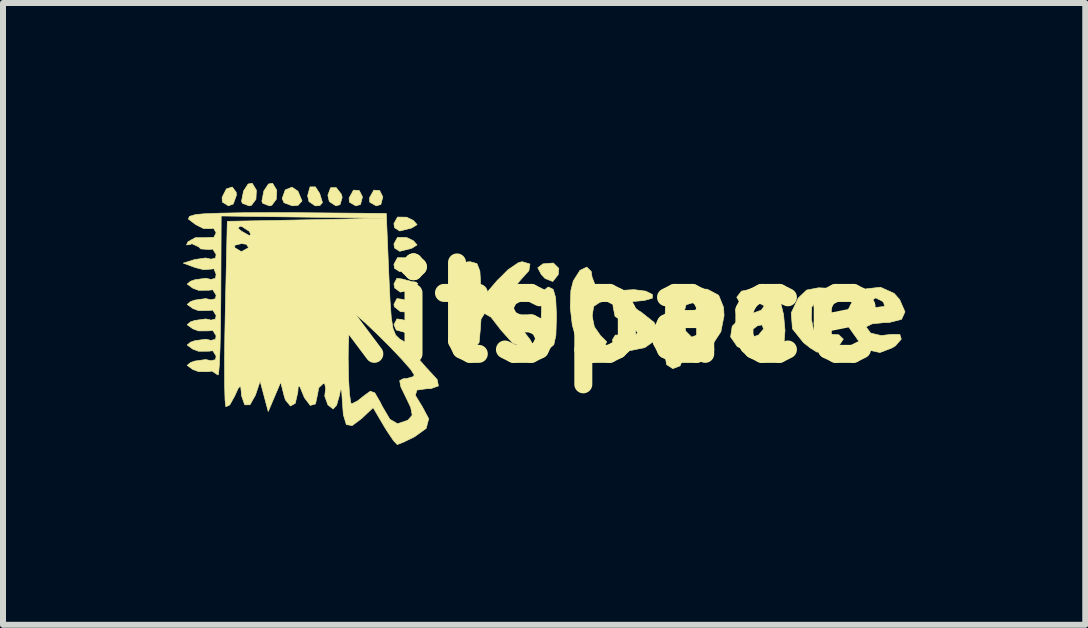
<source format=kicad_pcb>
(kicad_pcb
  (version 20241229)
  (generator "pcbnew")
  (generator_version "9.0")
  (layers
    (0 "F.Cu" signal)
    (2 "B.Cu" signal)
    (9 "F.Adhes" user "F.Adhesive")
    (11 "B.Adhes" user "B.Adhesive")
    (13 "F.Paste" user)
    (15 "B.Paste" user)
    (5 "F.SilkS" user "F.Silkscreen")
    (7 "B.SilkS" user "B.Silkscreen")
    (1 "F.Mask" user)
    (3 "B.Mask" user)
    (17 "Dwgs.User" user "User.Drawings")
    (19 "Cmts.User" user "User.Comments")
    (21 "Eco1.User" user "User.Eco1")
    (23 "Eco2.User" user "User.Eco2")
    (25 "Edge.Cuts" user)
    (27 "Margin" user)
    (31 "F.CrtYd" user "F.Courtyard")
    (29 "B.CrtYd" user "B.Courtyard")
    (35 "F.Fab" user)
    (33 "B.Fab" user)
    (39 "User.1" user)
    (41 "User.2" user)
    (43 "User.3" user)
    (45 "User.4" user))
  (footprint "Kitspace"
    (layer "F.Cu")
    (at 6.818 2.159)
    (property "Reference" "Kitspace" (at 0 0 0) (layer "F.SilkS") (effects (font (size 1.524 1.524) (thickness 0.3))))
    (attr through_hole)
    (fp_poly (pts (xy -3.879 -2.033) (xy -3.826 -1.926) (xy -3.859 -1.8) (xy -3.937 -1.778) (xy -4.044 -1.839) (xy -4.049 -1.909) (xy -3.976 -2.04) (xy -3.879 -2.033)) (stroke (width 0.01) (type solid)) (fill yes) (layer "F.SilkS"))
    (fp_poly (pts (xy -3.54 -2.033) (xy -3.487 -1.926) (xy -3.52 -1.8) (xy -3.598 -1.778) (xy -3.705 -1.839) (xy -3.71 -1.909) (xy -3.637 -2.04) (xy -3.54 -2.033)) (stroke (width 0.01) (type solid)) (fill yes) (layer "F.SilkS"))
    (fp_poly (pts (xy -5.931 -2.005) (xy -5.927 -1.954) (xy -5.98 -1.809) (xy -6.06 -1.778) (xy -6.162 -1.841) (xy -6.166 -1.919) (xy -6.095 -2.06) (xy -5.997 -2.092) (xy -5.931 -2.005)) (stroke (width 0.01) (type solid)) (fill yes) (layer "F.SilkS"))
    (fp_poly (pts (xy -4.902 -2.022) (xy -4.833 -1.86) (xy -4.899 -1.787) (xy -4.995 -1.778) (xy -5.133 -1.829) (xy -5.165 -1.9) (xy -5.113 -2.044) (xy -5 -2.089) (xy -4.902 -2.022)) (stroke (width 0.01) (type solid)) (fill yes) (layer "F.SilkS"))
    (fp_poly (pts (xy -4.539 -1.983) (xy -4.493 -1.832) (xy -4.537 -1.782) (xy -4.614 -1.778) (xy -4.718 -1.849) (xy -4.741 -1.947) (xy -4.7 -2.094) (xy -4.611 -2.094) (xy -4.539 -1.983)) (stroke (width 0.01) (type solid)) (fill yes) (layer "F.SilkS"))
    (fp_poly (pts (xy -4.179 -1.973) (xy -4.164 -1.919) (xy -4.2 -1.798) (xy -4.269 -1.778) (xy -4.379 -1.849) (xy -4.403 -1.954) (xy -4.358 -2.079) (xy -4.264 -2.082) (xy -4.179 -1.973)) (stroke (width 0.01) (type solid)) (fill yes) (layer "F.SilkS"))
    (fp_poly (pts (xy -3.091 -1.589) (xy -2.977 -1.534) (xy -2.916 -1.465) (xy -3.005 -1.409) (xy -3.205 -1.358) (xy -3.292 -1.414) (xy -3.302 -1.482) (xy -3.242 -1.591) (xy -3.091 -1.589)) (stroke (width 0.01) (type solid)) (fill yes) (layer "F.SilkS"))
    (fp_poly (pts (xy -3.091 -1.251) (xy -2.977 -1.196) (xy -2.916 -1.127) (xy -3.005 -1.07) (xy -3.205 -1.02) (xy -3.292 -1.075) (xy -3.302 -1.143) (xy -3.242 -1.252) (xy -3.091 -1.251)) (stroke (width 0.01) (type solid)) (fill yes) (layer "F.SilkS"))
    (fp_poly (pts (xy -3.091 -0.912) (xy -2.977 -0.857) (xy -2.916 -0.788) (xy -3.005 -0.731) (xy -3.205 -0.681) (xy -3.292 -0.736) (xy -3.302 -0.804) (xy -3.242 -0.914) (xy -3.091 -0.912)) (stroke (width 0.01) (type solid)) (fill yes) (layer "F.SilkS"))
    (fp_poly (pts (xy -0.553 -0.735) (xy -0.563 -0.632) (xy -0.654 -0.517) (xy -0.781 -0.566) (xy -0.846 -0.634) (xy -0.904 -0.745) (xy -0.818 -0.811) (xy -0.644 -0.825) (xy -0.553 -0.735)) (stroke (width 0.01) (type solid)) (fill yes) (layer "F.SilkS"))
    (fp_poly (pts (xy -5.594 -2.038) (xy -5.602 -1.887) (xy -5.677 -1.786) (xy -5.715 -1.778) (xy -5.828 -1.82) (xy -5.842 -1.856) (xy -5.808 -2.026) (xy -5.732 -2.142) (xy -5.664 -2.154) (xy -5.594 -2.038)) (stroke (width 0.01) (type solid)) (fill yes) (layer "F.SilkS"))
    (fp_poly (pts (xy -5.255 -2.038) (xy -5.263 -1.887) (xy -5.339 -1.786) (xy -5.376 -1.778) (xy -5.489 -1.82) (xy -5.503 -1.856) (xy -5.47 -2.026) (xy -5.393 -2.142) (xy -5.325 -2.154) (xy -5.255 -2.038)) (stroke (width 0.01) (type solid)) (fill yes) (layer "F.SilkS"))
    (fp_poly (pts (xy -3.168 -0.559) (xy -2.992 -0.513) (xy -2.935 -0.507) (xy -2.902 -0.478) (xy -2.972 -0.419) (xy -3.093 -0.361) (xy -3.196 -0.34) (xy -3.288 -0.408) (xy -3.302 -0.475) (xy -3.252 -0.57) (xy -3.168 -0.559)) (stroke (width 0.01) (type solid)) (fill yes) (layer "F.SilkS"))
    (fp_poly (pts (xy -3.168 -0.221) (xy -3.003 -0.175) (xy -2.951 -0.169) (xy -2.907 -0.117) (xy -2.921 -0.085) (xy -3.04 -0.007) (xy -3.192 -0.013) (xy -3.293 -0.094) (xy -3.302 -0.136) (xy -3.252 -0.232) (xy -3.168 -0.221)) (stroke (width 0.01) (type solid)) (fill yes) (layer "F.SilkS"))
    (fp_poly (pts (xy -3.168 0.118) (xy -3.007 0.164) (xy -2.956 0.169) (xy -2.881 0.234) (xy -2.879 0.254) (xy -2.951 0.318) (xy -3.09 0.339) (xy -3.263 0.292) (xy -3.302 0.203) (xy -3.252 0.107) (xy -3.168 0.118)) (stroke (width 0.01) (type solid)) (fill yes) (layer "F.SilkS"))
    (fp_poly (pts (xy -0.646 -0.384) (xy -0.606 -0.246) (xy -0.593 0.023) (xy -0.593 0.085) (xy -0.602 0.38) (xy -0.637 0.538) (xy -0.704 0.592) (xy -0.72 0.593) (xy -0.793 0.554) (xy -0.833 0.415) (xy -0.846 0.146) (xy -0.847 0.085) (xy -0.837 -0.21) (xy -0.802 -0.369) (xy -0.735 -0.422) (xy -0.72 -0.423) (xy -0.646 -0.384)) (stroke (width 0.01) (type solid)) (fill yes) (layer "F.SilkS"))
    (fp_poly (pts (xy 3.882 -0.407) (xy 4.079 -0.363) (xy 4.165 -0.293) (xy 4.123 -0.227) (xy 3.999 -0.2) (xy 3.805 -0.184) (xy 3.741 -0.178) (xy 3.663 -0.094) (xy 3.656 0.106) (xy 3.693 0.294) (xy 3.781 0.36) (xy 3.909 0.358) (xy 4.112 0.371) (xy 4.189 0.444) (xy 4.124 0.541) (xy 4.021 0.593) (xy 3.851 0.656) (xy 3.749 0.66) (xy 3.637 0.59) (xy 3.525 0.502) (xy 3.341 0.272) (xy 3.321 0.007) (xy 3.437 -0.24) (xy 3.577 -0.374) (xy 3.777 -0.412) (xy 3.882 -0.407)) (stroke (width 0.01) (type solid)) (fill yes) (layer "F.SilkS"))
    (fp_poly (pts (xy -0.012 -0.683) (xy 0 -0.593) (xy 0.053 -0.455) (xy 0.127 -0.423) (xy 0.239 -0.356) (xy 0.254 -0.296) (xy 0.186 -0.184) (xy 0.127 -0.169) (xy 0.029 -0.103) (xy 0.001 0.054) (xy 0.039 0.238) (xy 0.142 0.386) (xy 0.148 0.391) (xy 0.246 0.489) (xy 0.205 0.564) (xy 0.169 0.59) (xy 0.026 0.666) (xy -0.092 0.641) (xy -0.16 0.6) (xy -0.259 0.457) (xy -0.329 0.207) (xy -0.363 -0.089) (xy -0.352 -0.37) (xy -0.311 -0.529) (xy -0.2 -0.703) (xy -0.087 -0.757) (xy -0.012 -0.683)) (stroke (width 0.01) (type solid)) (fill yes) (layer "F.SilkS"))
    (fp_poly (pts (xy 0.896 -0.356) (xy 1.007 -0.3) (xy 1.007 -0.239) (xy 0.87 -0.2) (xy 0.867 -0.2) (xy 0.691 -0.184) (xy 0.635 -0.178) (xy 0.643 -0.135) (xy 0.767 -0.038) (xy 0.826 -0.001) (xy 1.038 0.168) (xy 1.094 0.332) (xy 1.036 0.475) (xy 0.88 0.585) (xy 0.647 0.633) (xy 0.487 0.618) (xy 0.361 0.528) (xy 0.339 0.458) (xy 0.389 0.375) (xy 0.55 0.389) (xy 0.718 0.397) (xy 0.759 0.332) (xy 0.676 0.234) (xy 0.545 0.167) (xy 0.384 0.065) (xy 0.35 -0.106) (xy 0.354 -0.148) (xy 0.392 -0.302) (xy 0.492 -0.368) (xy 0.699 -0.381) (xy 0.896 -0.356)) (stroke (width 0.01) (type solid)) (fill yes) (layer "F.SilkS"))
    (fp_poly (pts (xy 1.921 -0.388) (xy 2.111 -0.288) (xy 2.193 -0.086) (xy 2.201 0.053) (xy 2.148 0.321) (xy 2.011 0.53) (xy 1.826 0.638) (xy 1.689 0.634) (xy 1.559 0.629) (xy 1.524 0.755) (xy 1.524 0.756) (xy 1.467 0.89) (xy 1.347 0.936) (xy 1.243 0.868) (xy 1.225 0.757) (xy 1.216 0.526) (xy 1.216 0.224) (xy 1.216 0.212) (xy 1.219 0.071) (xy 1.524 0.071) (xy 1.562 0.311) (xy 1.66 0.41) (xy 1.796 0.358) (xy 1.891 0.239) (xy 1.938 0.048) (xy 1.859 -0.109) (xy 1.696 -0.169) (xy 1.568 -0.128) (xy 1.525 0.025) (xy 1.524 0.071) (xy 1.219 0.071) (xy 1.228 -0.381) (xy 1.6 -0.402) (xy 1.921 -0.388)) (stroke (width 0.01) (type solid)) (fill yes) (layer "F.SilkS"))
    (fp_poly (pts (xy 3.066 -0.343) (xy 3.133 -0.211) (xy 3.193 0.036) (xy 3.217 0.301) (xy 3.201 0.498) (xy 3.129 0.574) (xy 3.027 0.58) (xy 2.814 0.596) (xy 2.707 0.625) (xy 2.541 0.624) (xy 2.421 0.567) (xy 2.31 0.406) (xy 2.318 0.355) (xy 2.625 0.355) (xy 2.674 0.41) (xy 2.776 0.376) (xy 2.857 0.277) (xy 2.859 0.27) (xy 2.833 0.206) (xy 2.759 0.221) (xy 2.642 0.307) (xy 2.625 0.355) (xy 2.318 0.355) (xy 2.337 0.229) (xy 2.482 0.083) (xy 2.631 0.028) (xy 2.821 -0.038) (xy 2.872 -0.112) (xy 2.782 -0.157) (xy 2.646 -0.154) (xy 2.464 -0.166) (xy 2.413 -0.254) (xy 2.49 -0.355) (xy 2.724 -0.407) (xy 2.731 -0.407) (xy 2.949 -0.408) (xy 3.066 -0.343)) (stroke (width 0.01) (type solid)) (fill yes) (layer "F.SilkS"))
    (fp_poly (pts (xy 5.037 -0.318) (xy 5.128 -0.215) (xy 5.217 -0.011) (xy 5.16 0.114) (xy 4.952 0.167) (xy 4.863 0.169) (xy 4.669 0.189) (xy 4.574 0.236) (xy 4.572 0.245) (xy 4.644 0.343) (xy 4.819 0.384) (xy 4.987 0.365) (xy 5.131 0.366) (xy 5.155 0.444) (xy 5.057 0.556) (xy 5.001 0.59) (xy 4.8 0.667) (xy 4.635 0.632) (xy 4.442 0.47) (xy 4.441 0.47) (xy 4.267 0.224) (xy 4.257 -0.02) (xy 4.302 -0.11) (xy 4.598 -0.11) (xy 4.701 -0.085) (xy 4.741 -0.085) (xy 4.876 -0.102) (xy 4.862 -0.166) (xy 4.843 -0.186) (xy 4.728 -0.244) (xy 4.64 -0.186) (xy 4.598 -0.11) (xy 4.302 -0.11) (xy 4.365 -0.235) (xy 4.565 -0.394) (xy 4.809 -0.421) (xy 5.037 -0.318)) (stroke (width 0.01) (type solid)) (fill yes) (layer "F.SilkS"))
    (fp_poly (pts (xy -1.034 -0.808) (xy -1.052 -0.697) (xy -1.183 -0.552) (xy -1.361 -0.34) (xy -1.396 -0.13) (xy -1.287 0.115) (xy -1.184 0.255) (xy -1.031 0.454) (xy -0.977 0.553) (xy -1.014 0.588) (xy -1.115 0.592) (xy -1.325 0.508) (xy -1.514 0.296) (xy -1.683 0.078) (xy -1.792 0.016) (xy -1.85 0.11) (xy -1.863 0.296) (xy -1.882 0.501) (xy -1.956 0.583) (xy -2.032 0.593) (xy -2.114 0.579) (xy -2.165 0.517) (xy -2.191 0.373) (xy -2.2 0.114) (xy -2.201 -0.127) (xy -2.198 -0.477) (xy -2.184 -0.691) (xy -2.15 -0.801) (xy -2.089 -0.842) (xy -2.032 -0.847) (xy -1.918 -0.815) (xy -1.869 -0.692) (xy -1.859 -0.529) (xy -1.856 -0.212) (xy -1.584 -0.529) (xy -1.397 -0.715) (xy -1.227 -0.83) (xy -1.164 -0.847) (xy -1.034 -0.808)) (stroke (width 0.01) (type solid)) (fill yes) (layer "F.SilkS"))
    (fp_poly (pts (xy -4.935 -1.664) (xy -3.429 -1.651) (xy -3.387 -0.637) (xy -3.367 -0.208) (xy -3.346 0.084) (xy -3.317 0.268) (xy -3.272 0.378) (xy -3.204 0.444) (xy -3.133 0.484) (xy -2.985 0.586) (xy -2.938 0.666) (xy -2.895 0.768) (xy -2.764 0.919) (xy -2.748 0.935) (xy -2.581 1.117) (xy -2.56 1.224) (xy -2.683 1.268) (xy -2.752 1.27) (xy -2.918 1.293) (xy -2.945 1.38) (xy -2.839 1.554) (xy -2.834 1.561) (xy -2.722 1.771) (xy -2.764 1.932) (xy -2.959 2.072) (xy -3.14 2.16) (xy -3.244 2.201) (xy -3.247 2.201) (xy -3.309 2.136) (xy -3.42 1.971) (xy -3.467 1.894) (xy -3.648 1.586) (xy -3.841 1.768) (xy -3.998 1.885) (xy -4.095 1.868) (xy -4.145 1.704) (xy -4.161 1.489) (xy -4.173 1.302) (xy -4.19 1.278) (xy -4.209 1.376) (xy -4.257 1.545) (xy -4.315 1.609) (xy -4.403 1.539) (xy -4.455 1.393) (xy -4.44 1.262) (xy -4.455 1.19) (xy -4.482 1.185) (xy -4.556 1.256) (xy -4.572 1.35) (xy -4.609 1.524) (xy -4.696 1.549) (xy -4.794 1.42) (xy -4.812 1.376) (xy -4.872 1.23) (xy -4.897 1.235) (xy -4.904 1.329) (xy -4.946 1.514) (xy -5.027 1.559) (xy -5.111 1.456) (xy -5.132 1.389) (xy -5.189 1.162) (xy -5.397 1.651) (xy -5.532 1.144) (xy -5.61 1.377) (xy -5.701 1.538) (xy -5.789 1.539) (xy -5.842 1.388) (xy -5.846 1.329) (xy -5.857 1.224) (xy -5.896 1.261) (xy -5.957 1.394) (xy -6.039 1.541) (xy -6.101 1.57) (xy -6.106 1.563) (xy -6.117 1.456) (xy -6.124 1.208) (xy -6.125 0.849) (xy -6.125 0.762) (xy -4.064 0.762) (xy -4.058 1.098) (xy -4.043 1.358) (xy -4.02 1.505) (xy -4.007 1.524) (xy -3.907 1.473) (xy -3.799 1.387) (xy -3.696 1.312) (xy -3.621 1.339) (xy -3.532 1.492) (xy -3.501 1.556) (xy -3.37 1.779) (xy -3.242 1.854) (xy -3.081 1.8) (xy -3.061 1.788) (xy -2.997 1.711) (xy -3.022 1.581) (xy -3.082 1.455) (xy -3.186 1.241) (xy -3.206 1.136) (xy -3.144 1.103) (xy -3.09 1.101) (xy -2.977 1.068) (xy -2.963 1.04) (xy -3.02 0.951) (xy -3.166 0.784) (xy -3.366 0.573) (xy -3.585 0.355) (xy -3.788 0.163) (xy -3.939 0.034) (xy -3.998 0) (xy -4.027 0.078) (xy -4.05 0.288) (xy -4.062 0.592) (xy -4.064 0.762) (xy -6.125 0.762) (xy -6.121 0.407) (xy -6.113 -0.019) (xy -6.089 -1.083) (xy -5.958 -1.083) (xy -5.849 -1.016) (xy -5.842 -1.016) (xy -5.731 -1.076) (xy -5.726 -1.083) (xy -5.76 -1.137) (xy -5.842 -1.149) (xy -5.953 -1.121) (xy -5.958 -1.083) (xy -6.089 -1.083) (xy -6.082 -1.405) (xy -5.902 -1.405) (xy -5.842 -1.355) (xy -5.707 -1.279) (xy -5.689 -1.307) (xy -5.715 -1.355) (xy -5.839 -1.435) (xy -5.868 -1.438) (xy -5.902 -1.405) (xy -6.082 -1.405) (xy -6.079 -1.52) (xy -4.754 -1.545) (xy -3.429 -1.571) (xy -6.181 -1.609) (xy -6.187 -0.233) (xy -6.192 0.219) (xy -6.2 0.596) (xy -6.212 0.873) (xy -6.225 1.025) (xy -6.235 1.042) (xy -6.335 0.976) (xy -6.393 0.986) (xy -6.559 0.985) (xy -6.655 0.949) (xy -6.748 0.881) (xy -6.692 0.834) (xy -6.619 0.809) (xy -6.438 0.784) (xy -6.351 0.804) (xy -6.277 0.786) (xy -6.265 0.727) (xy -6.321 0.637) (xy -6.387 0.645) (xy -6.559 0.646) (xy -6.655 0.61) (xy -6.748 0.542) (xy -6.692 0.495) (xy -6.619 0.47) (xy -6.438 0.445) (xy -6.351 0.465) (xy -6.277 0.447) (xy -6.265 0.389) (xy -6.321 0.298) (xy -6.387 0.306) (xy -6.559 0.307) (xy -6.655 0.271) (xy -6.748 0.204) (xy -6.692 0.156) (xy -6.619 0.132) (xy -6.438 0.107) (xy -6.351 0.127) (xy -6.277 0.108) (xy -6.265 0.05) (xy -6.321 -0.04) (xy -6.387 -0.033) (xy -6.559 -0.031) (xy -6.655 -0.067) (xy -6.748 -0.135) (xy -6.692 -0.182) (xy -6.619 -0.207) (xy -6.438 -0.232) (xy -6.351 -0.212) (xy -6.277 -0.23) (xy -6.265 -0.289) (xy -6.321 -0.379) (xy -6.387 -0.371) (xy -6.559 -0.37) (xy -6.655 -0.406) (xy -6.748 -0.474) (xy -6.692 -0.521) (xy -6.619 -0.546) (xy -6.438 -0.571) (xy -6.351 -0.551) (xy -6.278 -0.57) (xy -6.265 -0.635) (xy -6.302 -0.729) (xy -6.342 -0.724) (xy -6.473 -0.714) (xy -6.616 -0.75) (xy -6.813 -0.823) (xy -6.625 -0.882) (xy -6.442 -0.909) (xy -6.351 -0.889) (xy -6.277 -0.908) (xy -6.265 -0.966) (xy -6.321 -1.057) (xy -6.384 -1.05) (xy -6.521 -1.06) (xy -6.559 -1.096) (xy -6.668 -1.146) (xy -6.708 -1.131) (xy -6.759 -1.127) (xy -6.734 -1.18) (xy -6.61 -1.248) (xy -6.467 -1.247) (xy -6.303 -1.254) (xy -6.265 -1.329) (xy -6.309 -1.407) (xy -6.35 -1.397) (xy -6.476 -1.4) (xy -6.607 -1.466) (xy -6.728 -1.558) (xy -6.71 -1.602) (xy -6.61 -1.632) (xy -6.473 -1.645) (xy -6.197 -1.656) (xy -5.814 -1.663) (xy -5.355 -1.665) (xy -4.935 -1.664)) (stroke (width 0.01) (type solid)) (fill yes) (layer "F.SilkS")))
  (gr_rect
    (start -3 -3)
    (end 15.04 7.365)
    (stroke (width 0.1) (type default))
    (fill no)
    (layer "Edge.Cuts")))
</source>
